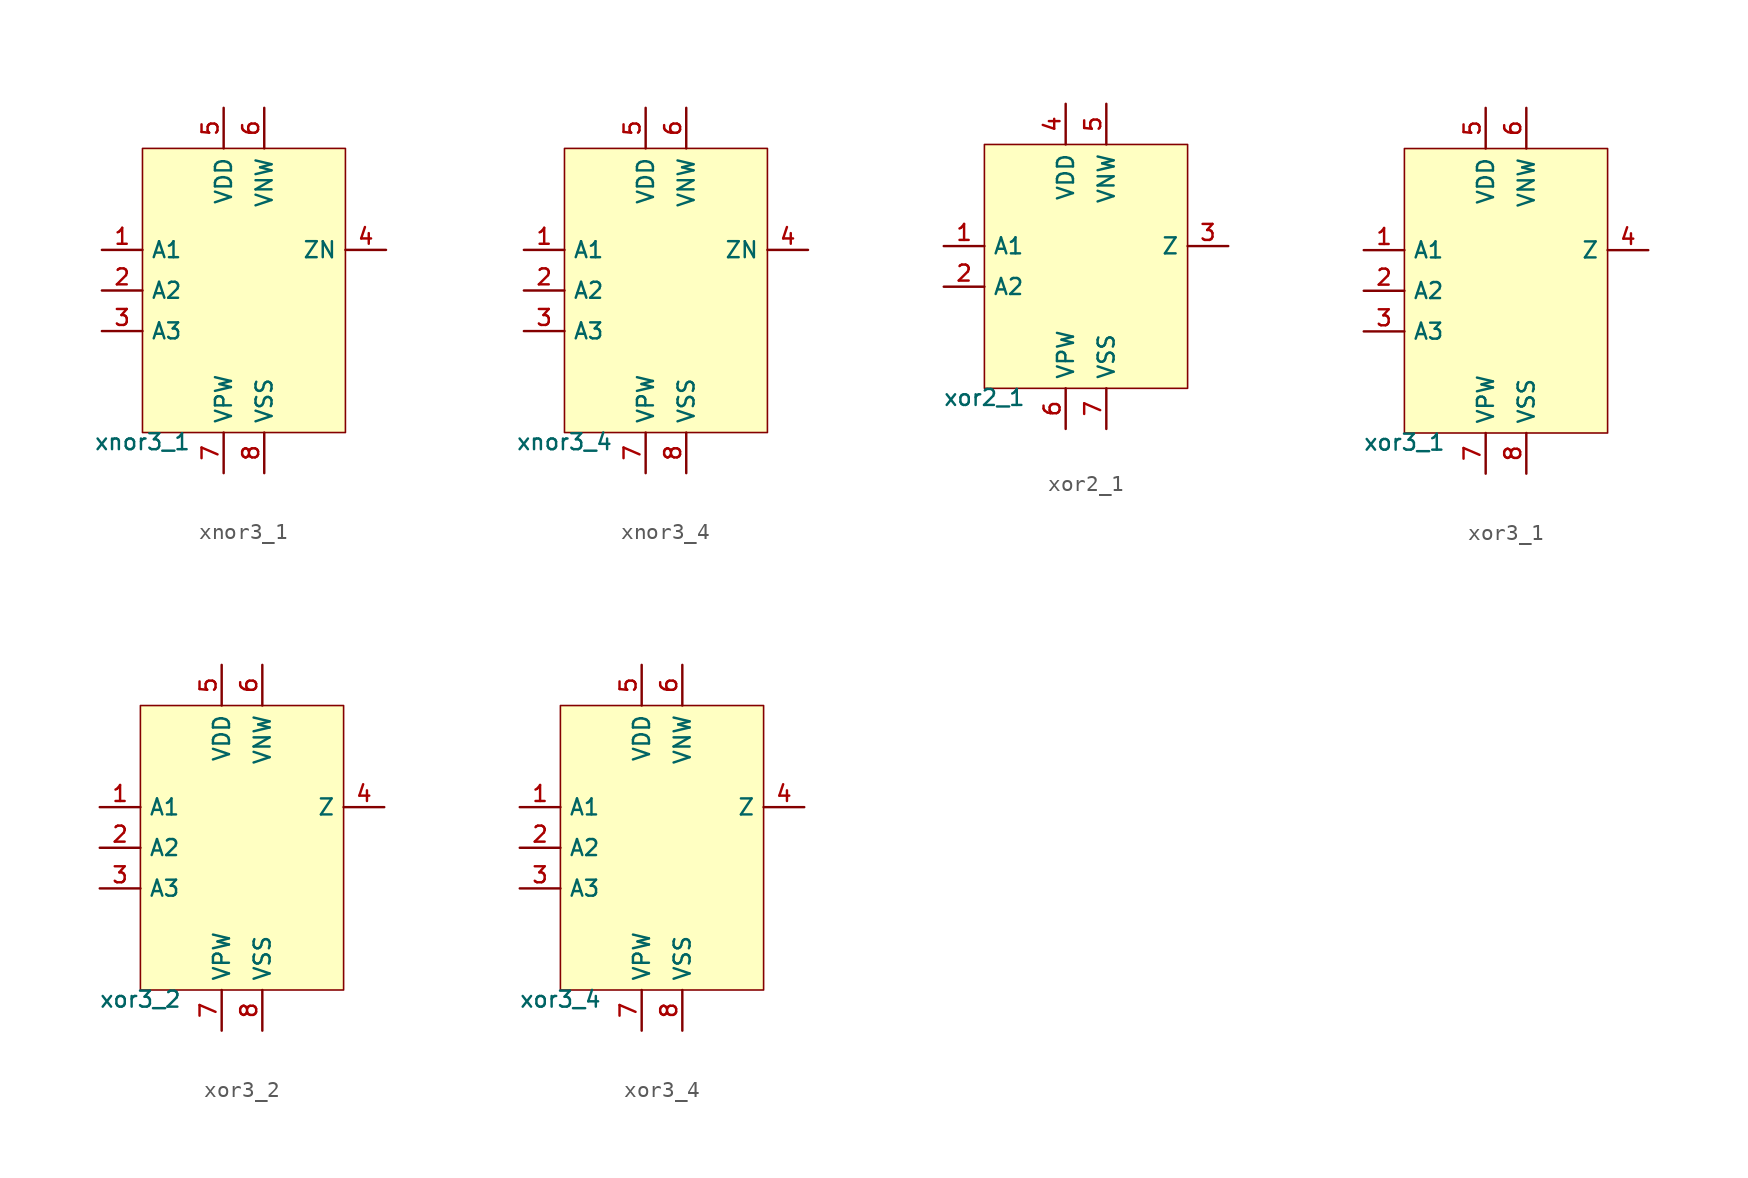
<source format=kicad_sym>
(kicad_symbol_lib
  (version 20211014)
  (generator pdk2kicad)
  (symbol "xnor3_1"
    (property "Reference" "X"
      (at 0 0 0)
      (effects (font (size 1 1)) hide))
    (property "Value" "xnor3_1"
      (at -6.35 -8.89 0)
      (effects (font (size 1 1)) (justify top)))
    (rectangle
      (start -6.35 -8.89)
      (end 6.35 8.89)
      (stroke (width 0.1) (type solid) (color 0 0 0 0))
      (fill (type background)))
    (pin input line
      (at -8.89 2.54 0)
      (length 2.54)
      (name "A1" (effects (font (size 1 1)) hide))
      (number "1" (effects (font (size 1 1)) hide)))
    (pin input line
      (at -8.89 4.440892098500626e-16 0)
      (length 2.54)
      (name "A2" (effects (font (size 1 1)) hide))
      (number "2" (effects (font (size 1 1)) hide)))
    (pin input line
      (at -8.89 -2.54 0)
      (length 2.54)
      (name "A3" (effects (font (size 1 1)) hide))
      (number "3" (effects (font (size 1 1)) hide)))
    (pin output line
      (at 8.89 2.54 180)
      (length 2.54)
      (name "ZN" (effects (font (size 1 1)) hide))
      (number "4" (effects (font (size 1 1)) hide)))
    (pin power_in line
      (at -1.27 11.43 270)
      (length 2.54)
      (name "VDD" (effects (font (size 1 1)) hide))
      (number "5" (effects (font (size 1 1)) hide)))
    (pin power_in line
      (at 1.27 11.43 270)
      (length 2.54)
      (name "VNW" (effects (font (size 1 1)) hide))
      (number "6" (effects (font (size 1 1)) hide)))
    (pin power_in line
      (at -1.27 -11.43 90)
      (length 2.54)
      (name "VPW" (effects (font (size 1 1)) hide))
      (number "7" (effects (font (size 1 1)) hide)))
    (pin power_in line
      (at 1.27 -11.43 90)
      (length 2.54)
      (name "VSS" (effects (font (size 1 1)) hide))
      (number "8" (effects (font (size 1 1)) hide))))
  (symbol "xnor3_4"
    (property "Reference" "X"
      (at 0 0 0)
      (effects (font (size 1 1)) hide))
    (property "Value" "xnor3_4"
      (at -6.35 -8.89 0)
      (effects (font (size 1 1)) (justify top)))
    (rectangle
      (start -6.35 -8.89)
      (end 6.35 8.89)
      (stroke (width 0.1) (type solid) (color 0 0 0 0))
      (fill (type background)))
    (pin input line
      (at -8.89 2.54 0)
      (length 2.54)
      (name "A1" (effects (font (size 1 1)) hide))
      (number "1" (effects (font (size 1 1)) hide)))
    (pin input line
      (at -8.89 4.440892098500626e-16 0)
      (length 2.54)
      (name "A2" (effects (font (size 1 1)) hide))
      (number "2" (effects (font (size 1 1)) hide)))
    (pin input line
      (at -8.89 -2.54 0)
      (length 2.54)
      (name "A3" (effects (font (size 1 1)) hide))
      (number "3" (effects (font (size 1 1)) hide)))
    (pin output line
      (at 8.89 2.54 180)
      (length 2.54)
      (name "ZN" (effects (font (size 1 1)) hide))
      (number "4" (effects (font (size 1 1)) hide)))
    (pin power_in line
      (at -1.27 11.43 270)
      (length 2.54)
      (name "VDD" (effects (font (size 1 1)) hide))
      (number "5" (effects (font (size 1 1)) hide)))
    (pin power_in line
      (at 1.27 11.43 270)
      (length 2.54)
      (name "VNW" (effects (font (size 1 1)) hide))
      (number "6" (effects (font (size 1 1)) hide)))
    (pin power_in line
      (at -1.27 -11.43 90)
      (length 2.54)
      (name "VPW" (effects (font (size 1 1)) hide))
      (number "7" (effects (font (size 1 1)) hide)))
    (pin power_in line
      (at 1.27 -11.43 90)
      (length 2.54)
      (name "VSS" (effects (font (size 1 1)) hide))
      (number "8" (effects (font (size 1 1)) hide))))
  (symbol "xor2_1"
    (property "Reference" "X"
      (at 0 0 0)
      (effects (font (size 1 1)) hide))
    (property "Value" "xor2_1"
      (at -6.35 -7.62 0)
      (effects (font (size 1 1)) (justify top)))
    (rectangle
      (start -6.35 -7.62)
      (end 6.35 7.62)
      (stroke (width 0.1) (type solid) (color 0 0 0 0))
      (fill (type background)))
    (pin input line
      (at -8.89 1.27 0)
      (length 2.54)
      (name "A1" (effects (font (size 1 1)) hide))
      (number "1" (effects (font (size 1 1)) hide)))
    (pin input line
      (at -8.89 -1.27 0)
      (length 2.54)
      (name "A2" (effects (font (size 1 1)) hide))
      (number "2" (effects (font (size 1 1)) hide)))
    (pin output line
      (at 8.89 1.27 180)
      (length 2.54)
      (name "Z" (effects (font (size 1 1)) hide))
      (number "3" (effects (font (size 1 1)) hide)))
    (pin power_in line
      (at -1.27 10.16 270)
      (length 2.54)
      (name "VDD" (effects (font (size 1 1)) hide))
      (number "4" (effects (font (size 1 1)) hide)))
    (pin power_in line
      (at 1.27 10.16 270)
      (length 2.54)
      (name "VNW" (effects (font (size 1 1)) hide))
      (number "5" (effects (font (size 1 1)) hide)))
    (pin power_in line
      (at -1.27 -10.16 90)
      (length 2.54)
      (name "VPW" (effects (font (size 1 1)) hide))
      (number "6" (effects (font (size 1 1)) hide)))
    (pin power_in line
      (at 1.27 -10.16 90)
      (length 2.54)
      (name "VSS" (effects (font (size 1 1)) hide))
      (number "7" (effects (font (size 1 1)) hide))))
  (symbol "xor3_1"
    (property "Reference" "X"
      (at 0 0 0)
      (effects (font (size 1 1)) hide))
    (property "Value" "xor3_1"
      (at -6.35 -8.89 0)
      (effects (font (size 1 1)) (justify top)))
    (rectangle
      (start -6.35 -8.89)
      (end 6.35 8.89)
      (stroke (width 0.1) (type solid) (color 0 0 0 0))
      (fill (type background)))
    (pin input line
      (at -8.89 2.54 0)
      (length 2.54)
      (name "A1" (effects (font (size 1 1)) hide))
      (number "1" (effects (font (size 1 1)) hide)))
    (pin input line
      (at -8.89 4.440892098500626e-16 0)
      (length 2.54)
      (name "A2" (effects (font (size 1 1)) hide))
      (number "2" (effects (font (size 1 1)) hide)))
    (pin input line
      (at -8.89 -2.54 0)
      (length 2.54)
      (name "A3" (effects (font (size 1 1)) hide))
      (number "3" (effects (font (size 1 1)) hide)))
    (pin output line
      (at 8.89 2.54 180)
      (length 2.54)
      (name "Z" (effects (font (size 1 1)) hide))
      (number "4" (effects (font (size 1 1)) hide)))
    (pin power_in line
      (at -1.27 11.43 270)
      (length 2.54)
      (name "VDD" (effects (font (size 1 1)) hide))
      (number "5" (effects (font (size 1 1)) hide)))
    (pin power_in line
      (at 1.27 11.43 270)
      (length 2.54)
      (name "VNW" (effects (font (size 1 1)) hide))
      (number "6" (effects (font (size 1 1)) hide)))
    (pin power_in line
      (at -1.27 -11.43 90)
      (length 2.54)
      (name "VPW" (effects (font (size 1 1)) hide))
      (number "7" (effects (font (size 1 1)) hide)))
    (pin power_in line
      (at 1.27 -11.43 90)
      (length 2.54)
      (name "VSS" (effects (font (size 1 1)) hide))
      (number "8" (effects (font (size 1 1)) hide))))
  (symbol "xor3_2"
    (property "Reference" "X"
      (at 0 0 0)
      (effects (font (size 1 1)) hide))
    (property "Value" "xor3_2"
      (at -6.35 -8.89 0)
      (effects (font (size 1 1)) (justify top)))
    (rectangle
      (start -6.35 -8.89)
      (end 6.35 8.89)
      (stroke (width 0.1) (type solid) (color 0 0 0 0))
      (fill (type background)))
    (pin input line
      (at -8.89 2.54 0)
      (length 2.54)
      (name "A1" (effects (font (size 1 1)) hide))
      (number "1" (effects (font (size 1 1)) hide)))
    (pin input line
      (at -8.89 4.440892098500626e-16 0)
      (length 2.54)
      (name "A2" (effects (font (size 1 1)) hide))
      (number "2" (effects (font (size 1 1)) hide)))
    (pin input line
      (at -8.89 -2.54 0)
      (length 2.54)
      (name "A3" (effects (font (size 1 1)) hide))
      (number "3" (effects (font (size 1 1)) hide)))
    (pin output line
      (at 8.89 2.54 180)
      (length 2.54)
      (name "Z" (effects (font (size 1 1)) hide))
      (number "4" (effects (font (size 1 1)) hide)))
    (pin power_in line
      (at -1.27 11.43 270)
      (length 2.54)
      (name "VDD" (effects (font (size 1 1)) hide))
      (number "5" (effects (font (size 1 1)) hide)))
    (pin power_in line
      (at 1.27 11.43 270)
      (length 2.54)
      (name "VNW" (effects (font (size 1 1)) hide))
      (number "6" (effects (font (size 1 1)) hide)))
    (pin power_in line
      (at -1.27 -11.43 90)
      (length 2.54)
      (name "VPW" (effects (font (size 1 1)) hide))
      (number "7" (effects (font (size 1 1)) hide)))
    (pin power_in line
      (at 1.27 -11.43 90)
      (length 2.54)
      (name "VSS" (effects (font (size 1 1)) hide))
      (number "8" (effects (font (size 1 1)) hide))))
  (symbol "xor3_4"
    (property "Reference" "X"
      (at 0 0 0)
      (effects (font (size 1 1)) hide))
    (property "Value" "xor3_4"
      (at -6.35 -8.89 0)
      (effects (font (size 1 1)) (justify top)))
    (rectangle
      (start -6.35 -8.89)
      (end 6.35 8.89)
      (stroke (width 0.1) (type solid) (color 0 0 0 0))
      (fill (type background)))
    (pin input line
      (at -8.89 2.54 0)
      (length 2.54)
      (name "A1" (effects (font (size 1 1)) hide))
      (number "1" (effects (font (size 1 1)) hide)))
    (pin input line
      (at -8.89 4.440892098500626e-16 0)
      (length 2.54)
      (name "A2" (effects (font (size 1 1)) hide))
      (number "2" (effects (font (size 1 1)) hide)))
    (pin input line
      (at -8.89 -2.54 0)
      (length 2.54)
      (name "A3" (effects (font (size 1 1)) hide))
      (number "3" (effects (font (size 1 1)) hide)))
    (pin output line
      (at 8.89 2.54 180)
      (length 2.54)
      (name "Z" (effects (font (size 1 1)) hide))
      (number "4" (effects (font (size 1 1)) hide)))
    (pin power_in line
      (at -1.27 11.43 270)
      (length 2.54)
      (name "VDD" (effects (font (size 1 1)) hide))
      (number "5" (effects (font (size 1 1)) hide)))
    (pin power_in line
      (at 1.27 11.43 270)
      (length 2.54)
      (name "VNW" (effects (font (size 1 1)) hide))
      (number "6" (effects (font (size 1 1)) hide)))
    (pin power_in line
      (at -1.27 -11.43 90)
      (length 2.54)
      (name "VPW" (effects (font (size 1 1)) hide))
      (number "7" (effects (font (size 1 1)) hide)))
    (pin power_in line
      (at 1.27 -11.43 90)
      (length 2.54)
      (name "VSS" (effects (font (size 1 1)) hide))
      (number "8" (effects (font (size 1 1)) hide)))))
</source>
